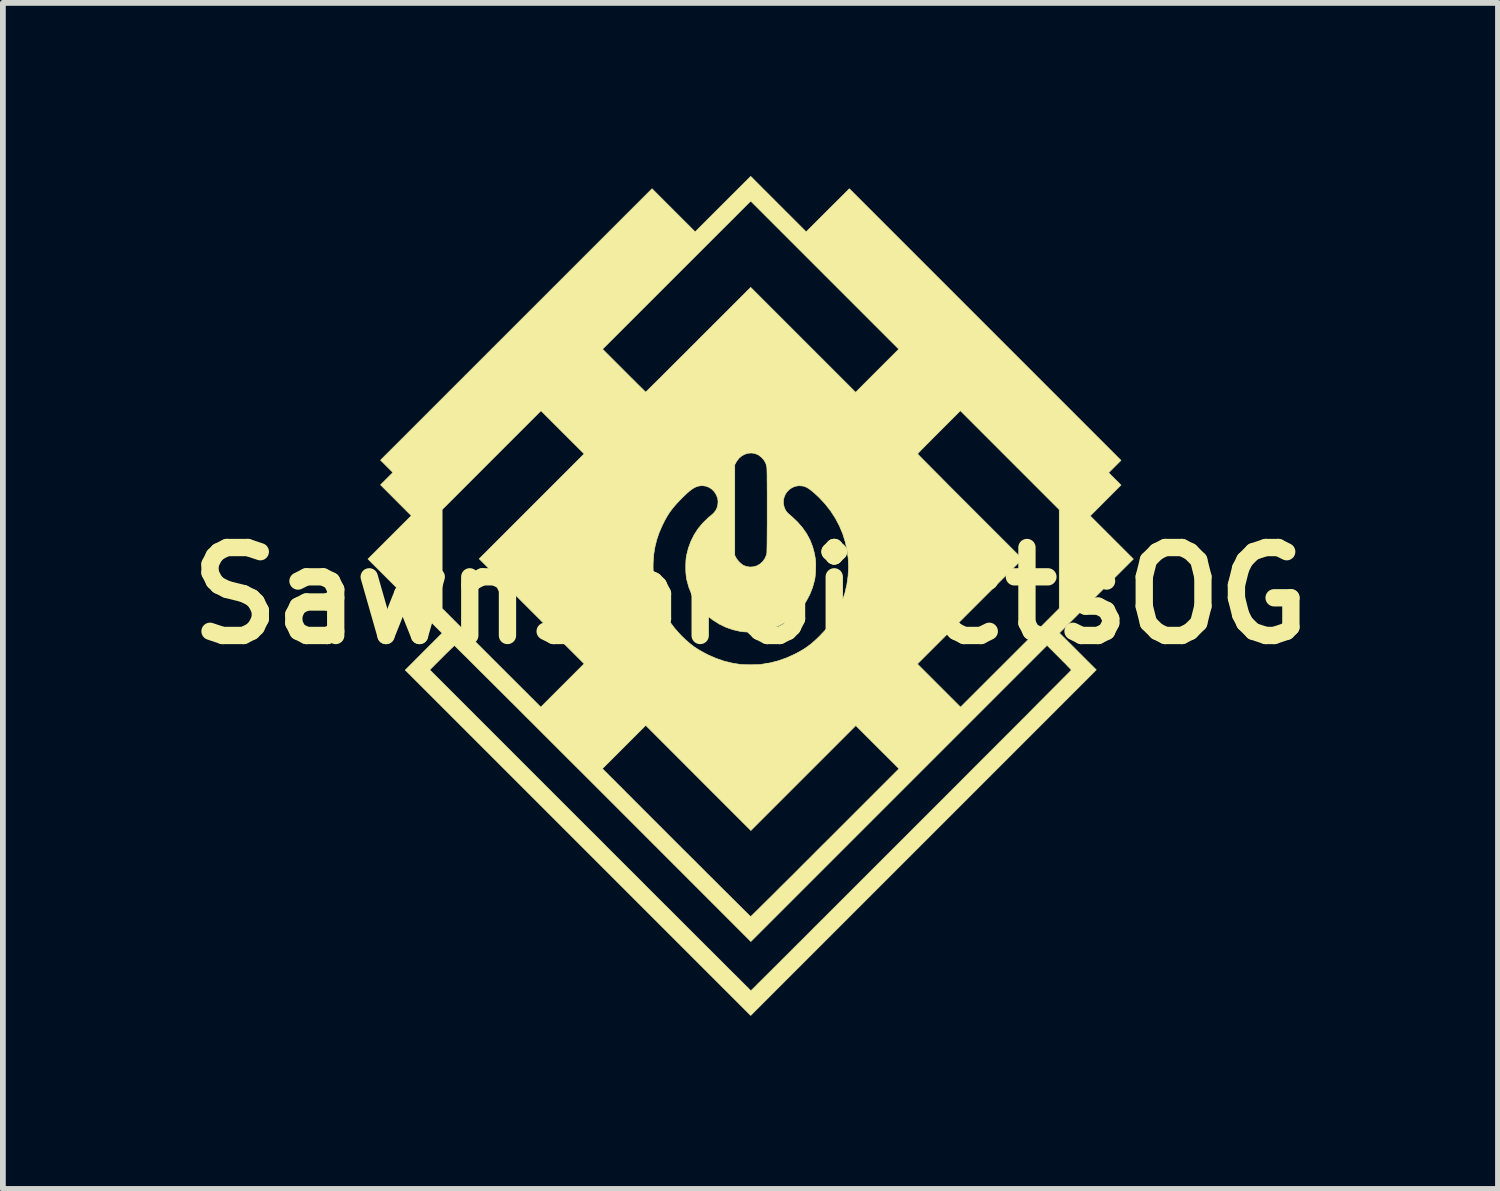
<source format=kicad_pcb>
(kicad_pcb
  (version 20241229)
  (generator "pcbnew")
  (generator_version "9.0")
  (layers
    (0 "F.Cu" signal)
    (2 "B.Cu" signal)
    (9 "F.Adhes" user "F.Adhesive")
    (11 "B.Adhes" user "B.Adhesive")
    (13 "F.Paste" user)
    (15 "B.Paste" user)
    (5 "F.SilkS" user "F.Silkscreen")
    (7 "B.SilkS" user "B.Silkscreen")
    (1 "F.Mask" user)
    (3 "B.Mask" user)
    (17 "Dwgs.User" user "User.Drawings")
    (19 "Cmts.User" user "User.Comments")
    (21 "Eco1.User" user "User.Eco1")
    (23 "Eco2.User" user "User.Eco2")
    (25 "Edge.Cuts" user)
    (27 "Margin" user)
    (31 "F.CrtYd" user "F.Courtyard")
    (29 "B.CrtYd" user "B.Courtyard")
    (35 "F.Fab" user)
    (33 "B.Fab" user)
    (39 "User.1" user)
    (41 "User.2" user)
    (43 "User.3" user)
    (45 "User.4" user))
  (footprint "SawnsprojectsOG"
    (layer "F.Cu")
    (at 9.95 7.269)
    (property "Reference" "SawnsprojectsOG" (at 0 0 0) (layer "F.SilkS") (effects (font (size 1.524 1.524) (thickness 0.3))))
    (attr through_hole)
    (fp_poly (pts (xy 0.484 -6.784) (xy 0.965 -6.303) (xy 1.339 -6.677) (xy 1.713 -7.05) (xy 6.419 -2.344) (xy 6.312 -2.237) (xy 6.205 -2.13) (xy 6.312 -2.023) (xy 6.419 -1.916) (xy 6.152 -1.649) (xy 5.886 -1.382) (xy 6.259 -1.009) (xy 6.633 -0.635) (xy 5.993 0.005) (xy 5.352 0.646) (xy 5.991 1.285) (xy 0.004 7.272) (xy -2.988 4.28) (xy -5.98 1.288) (xy -5.976 1.285) (xy -5.555 1.285) (xy -2.776 4.064) (xy -2.607 4.232) (xy -2.442 4.398) (xy -2.279 4.561) (xy -2.119 4.721) (xy -1.962 4.877) (xy -1.81 5.03) (xy -1.661 5.179) (xy -1.517 5.323) (xy -1.377 5.462) (xy -1.242 5.597) (xy -1.113 5.726) (xy -0.989 5.85) (xy -0.871 5.968) (xy -0.759 6.08) (xy -0.653 6.185) (xy -0.554 6.284) (xy -0.462 6.376) (xy -0.378 6.461) (xy -0.301 6.537) (xy -0.231 6.606) (xy -0.17 6.667) (xy -0.118 6.719) (xy -0.074 6.763) (xy -0.039 6.797) (xy -0.014 6.823) (xy 0.002 6.838) (xy 0.007 6.843) (xy 0.007 6.843) (xy 0.013 6.838) (xy 0.028 6.823) (xy 0.053 6.799) (xy 0.087 6.765) (xy 0.13 6.721) (xy 0.183 6.669) (xy 0.243 6.609) (xy 0.312 6.54) (xy 0.389 6.464) (xy 0.473 6.38) (xy 0.565 6.288) (xy 0.664 6.19) (xy 0.769 6.084) (xy 0.881 5.973) (xy 0.999 5.855) (xy 1.122 5.731) (xy 1.252 5.602) (xy 1.386 5.468) (xy 1.525 5.329) (xy 1.669 5.185) (xy 1.818 5.036) (xy 1.97 4.884) (xy 2.126 4.728) (xy 2.286 4.568) (xy 2.449 4.405) (xy 2.615 4.24) (xy 2.783 4.072) (xy 2.785 4.069) (xy 2.953 3.901) (xy 3.119 3.735) (xy 3.282 3.573) (xy 3.441 3.413) (xy 3.598 3.257) (xy 3.75 3.104) (xy 3.898 2.955) (xy 4.042 2.811) (xy 4.182 2.672) (xy 4.316 2.537) (xy 4.445 2.408) (xy 4.569 2.284) (xy 4.687 2.166) (xy 4.799 2.054) (xy 4.904 1.948) (xy 5.002 1.849) (xy 5.094 1.757) (xy 5.178 1.672) (xy 5.255 1.595) (xy 5.324 1.526) (xy 5.384 1.465) (xy 5.436 1.413) (xy 5.48 1.369) (xy 5.514 1.335) (xy 5.539 1.309) (xy 5.554 1.294) (xy 5.559 1.288) (xy 5.559 1.288) (xy 5.554 1.282) (xy 5.54 1.266) (xy 5.517 1.242) (xy 5.488 1.212) (xy 5.453 1.175) (xy 5.412 1.135) (xy 5.368 1.09) (xy 5.348 1.07) (xy 5.138 0.86) (xy 2.573 3.425) (xy 0.007 5.991) (xy -2.556 3.427) (xy -2.718 3.265) (xy -2.877 3.106) (xy -2.986 2.997) (xy -2.565 2.997) (xy -1.285 4.278) (xy -1.171 4.392) (xy -1.059 4.503) (xy -0.951 4.611) (xy -0.846 4.716) (xy -0.746 4.816) (xy -0.649 4.912) (xy -0.558 5.003) (xy -0.472 5.089) (xy -0.391 5.169) (xy -0.317 5.243) (xy -0.249 5.31) (xy -0.189 5.37) (xy -0.136 5.423) (xy -0.09 5.468) (xy -0.053 5.504) (xy -0.025 5.532) (xy -0.006 5.55) (xy 0.003 5.558) (xy 0.004 5.559) (xy 0.009 5.554) (xy 0.025 5.539) (xy 0.05 5.515) (xy 0.084 5.481) (xy 0.126 5.44) (xy 0.176 5.39) (xy 0.234 5.332) (xy 0.3 5.267) (xy 0.372 5.196) (xy 0.45 5.118) (xy 0.534 5.034) (xy 0.624 4.945) (xy 0.719 4.851) (xy 0.818 4.752) (xy 0.921 4.648) (xy 1.028 4.542) (xy 1.138 4.431) (xy 1.251 4.318) (xy 1.292 4.278) (xy 2.573 2.997) (xy 1.825 2.25) (xy 0.916 3.159) (xy 0.007 4.068) (xy -0.904 3.157) (xy -1.814 2.246) (xy -2.565 2.997) (xy -2.986 2.997) (xy -3.034 2.95) (xy -3.187 2.797) (xy -3.336 2.648) (xy -3.482 2.502) (xy -3.624 2.36) (xy -3.761 2.223) (xy -3.894 2.091) (xy -4.021 1.963) (xy -4.144 1.841) (xy -4.26 1.725) (xy -4.371 1.615) (xy -4.475 1.511) (xy -4.573 1.413) (xy -4.664 1.323) (xy -4.748 1.239) (xy -4.824 1.163) (xy -4.892 1.095) (xy -4.953 1.035) (xy -5.005 0.984) (xy -5.048 0.941) (xy -5.082 0.907) (xy -5.107 0.883) (xy -5.122 0.868) (xy -5.127 0.864) (xy -5.134 0.869) (xy -5.149 0.883) (xy -5.173 0.905) (xy -5.204 0.935) (xy -5.24 0.97) (xy -5.281 1.01) (xy -5.325 1.054) (xy -5.345 1.074) (xy -5.555 1.285) (xy -5.976 1.285) (xy -5.661 0.969) (xy -5.341 0.649) (xy -5.984 0.007) (xy -6.626 -0.635) (xy -6.25 -1.011) (xy -5.875 -1.386) (xy -5.98 -1.491) (xy -5.341 -1.491) (xy -5.341 0.221) (xy -4.487 1.076) (xy -3.632 1.93) (xy -2.881 1.179) (xy -3.79 0.27) (xy -4.557 -0.497) (xy -1.687 -0.497) (xy -1.682 -0.361) (xy -1.669 -0.233) (xy -1.646 -0.111) (xy -1.613 0.008) (xy -1.568 0.129) (xy -1.542 0.191) (xy -1.476 0.322) (xy -1.403 0.444) (xy -1.318 0.558) (xy -1.222 0.667) (xy -1.205 0.685) (xy -1.128 0.76) (xy -1.054 0.825) (xy -0.979 0.883) (xy -0.899 0.935) (xy -0.811 0.985) (xy -0.737 1.024) (xy -0.599 1.084) (xy -0.458 1.133) (xy -0.316 1.168) (xy -0.185 1.189) (xy -0.143 1.192) (xy -0.09 1.195) (xy -0.032 1.196) (xy 0.029 1.196) (xy 0.088 1.195) (xy 0.14 1.193) (xy 0.18 1.19) (xy 0.224 1.183) (xy 2.892 1.183) (xy 3.266 1.557) (xy 3.639 1.93) (xy 4.494 1.076) (xy 5.349 0.221) (xy 5.349 -1.491) (xy 4.492 -2.348) (xy 3.636 -3.204) (xy 3.266 -2.834) (xy 3.205 -2.773) (xy 3.147 -2.715) (xy 3.094 -2.661) (xy 3.045 -2.612) (xy 3.001 -2.567) (xy 2.964 -2.53) (xy 2.934 -2.499) (xy 2.912 -2.476) (xy 2.899 -2.461) (xy 2.896 -2.457) (xy 2.901 -2.451) (xy 2.915 -2.435) (xy 2.939 -2.41) (xy 2.972 -2.377) (xy 3.013 -2.335) (xy 3.062 -2.286) (xy 3.118 -2.23) (xy 3.18 -2.167) (xy 3.249 -2.098) (xy 3.323 -2.023) (xy 3.402 -1.943) (xy 3.486 -1.859) (xy 3.574 -1.771) (xy 3.666 -1.679) (xy 3.76 -1.585) (xy 3.803 -1.542) (xy 4.71 -0.635) (xy 3.801 0.274) (xy 2.892 1.183) (xy 0.224 1.183) (xy 0.332 1.166) (xy 0.481 1.128) (xy 0.628 1.076) (xy 0.755 1.019) (xy 0.841 0.974) (xy 0.917 0.93) (xy 0.986 0.884) (xy 1.052 0.834) (xy 1.117 0.777) (xy 1.186 0.712) (xy 1.216 0.681) (xy 1.282 0.611) (xy 1.339 0.545) (xy 1.389 0.479) (xy 1.435 0.409) (xy 1.479 0.332) (xy 1.524 0.245) (xy 1.525 0.243) (xy 1.587 0.1) (xy 1.636 -0.045) (xy 1.67 -0.193) (xy 1.691 -0.341) (xy 1.699 -0.49) (xy 1.694 -0.638) (xy 1.675 -0.784) (xy 1.643 -0.929) (xy 1.599 -1.07) (xy 1.542 -1.207) (xy 1.472 -1.34) (xy 1.39 -1.467) (xy 1.296 -1.587) (xy 1.19 -1.701) (xy 1.143 -1.745) (xy 1.093 -1.79) (xy 1.05 -1.825) (xy 1.014 -1.852) (xy 0.982 -1.872) (xy 0.952 -1.886) (xy 0.923 -1.896) (xy 0.895 -1.901) (xy 0.834 -1.905) (xy 0.777 -1.895) (xy 0.724 -1.874) (xy 0.678 -1.844) (xy 0.638 -1.805) (xy 0.606 -1.759) (xy 0.584 -1.708) (xy 0.572 -1.654) (xy 0.571 -1.597) (xy 0.583 -1.539) (xy 0.599 -1.499) (xy 0.61 -1.478) (xy 0.621 -1.46) (xy 0.635 -1.443) (xy 0.654 -1.424) (xy 0.68 -1.401) (xy 0.715 -1.371) (xy 0.715 -1.371) (xy 0.814 -1.278) (xy 0.899 -1.18) (xy 0.972 -1.076) (xy 1.031 -0.966) (xy 1.077 -0.849) (xy 1.11 -0.726) (xy 1.125 -0.635) (xy 1.13 -0.587) (xy 1.131 -0.529) (xy 1.13 -0.466) (xy 1.127 -0.402) (xy 1.122 -0.342) (xy 1.115 -0.29) (xy 1.111 -0.27) (xy 1.076 -0.143) (xy 1.029 -0.024) (xy 0.97 0.088) (xy 0.9 0.191) (xy 0.819 0.285) (xy 0.729 0.369) (xy 0.629 0.444) (xy 0.52 0.507) (xy 0.403 0.559) (xy 0.278 0.599) (xy 0.247 0.607) (xy 0.182 0.619) (xy 0.108 0.627) (xy 0.029 0.631) (xy -0.05 0.63) (xy -0.125 0.625) (xy -0.178 0.618) (xy -0.304 0.589) (xy -0.425 0.547) (xy -0.541 0.491) (xy -0.65 0.422) (xy -0.73 0.361) (xy -0.816 0.279) (xy -0.894 0.187) (xy -0.962 0.085) (xy -1.019 -0.025) (xy -1.066 -0.142) (xy -1.1 -0.264) (xy -1.108 -0.301) (xy -1.114 -0.346) (xy -1.119 -0.402) (xy -1.121 -0.463) (xy -1.121 -0.527) (xy -1.119 -0.589) (xy -1.115 -0.645) (xy -1.108 -0.691) (xy -1.108 -0.693) (xy -1.076 -0.822) (xy -1.031 -0.943) (xy -0.975 -1.056) (xy -0.906 -1.162) (xy -0.825 -1.259) (xy -0.732 -1.349) (xy -0.701 -1.375) (xy -0.657 -1.412) (xy -0.624 -1.446) (xy -0.6 -1.479) (xy -0.583 -1.513) (xy -0.57 -1.552) (xy -0.566 -1.573) (xy -0.561 -1.63) (xy -0.568 -1.686) (xy -0.59 -1.743) (xy -0.592 -1.748) (xy -0.626 -1.802) (xy -0.67 -1.846) (xy -0.72 -1.878) (xy -0.776 -1.898) (xy -0.835 -1.906) (xy -0.887 -1.901) (xy -0.92 -1.893) (xy -0.951 -1.881) (xy -0.984 -1.864) (xy -1.019 -1.841) (xy -1.058 -1.811) (xy -1.102 -1.772) (xy -1.152 -1.725) (xy -1.21 -1.667) (xy -1.216 -1.661) (xy -1.284 -1.589) (xy -1.343 -1.52) (xy -1.394 -1.453) (xy -1.44 -1.382) (xy -1.484 -1.304) (xy -1.527 -1.218) (xy -1.581 -1.094) (xy -1.623 -0.971) (xy -1.654 -0.846) (xy -1.675 -0.718) (xy -1.685 -0.582) (xy -1.687 -0.497) (xy -4.557 -0.497) (xy -4.699 -0.639) (xy -3.79 -1.548) (xy -3.07 -2.268) (xy -0.272 -2.268) (xy -0.272 -0.7) (xy -0.251 -0.659) (xy -0.228 -0.623) (xy -0.197 -0.587) (xy -0.162 -0.554) (xy -0.127 -0.528) (xy -0.117 -0.523) (xy -0.064 -0.504) (xy -0.006 -0.496) (xy 0.053 -0.501) (xy 0.11 -0.517) (xy 0.12 -0.522) (xy 0.172 -0.553) (xy 0.216 -0.596) (xy 0.251 -0.645) (xy 0.275 -0.701) (xy 0.283 -0.733) (xy 0.284 -0.748) (xy 0.285 -0.776) (xy 0.286 -0.816) (xy 0.287 -0.867) (xy 0.288 -0.927) (xy 0.288 -0.996) (xy 0.289 -1.071) (xy 0.289 -1.153) (xy 0.29 -1.239) (xy 0.29 -1.328) (xy 0.29 -1.419) (xy 0.29 -1.512) (xy 0.29 -1.603) (xy 0.29 -1.693) (xy 0.29 -1.781) (xy 0.289 -1.864) (xy 0.289 -1.941) (xy 0.288 -2.012) (xy 0.288 -2.076) (xy 0.287 -2.13) (xy 0.286 -2.173) (xy 0.285 -2.205) (xy 0.284 -2.224) (xy 0.283 -2.227) (xy 0.268 -2.286) (xy 0.24 -2.341) (xy 0.2 -2.389) (xy 0.152 -2.428) (xy 0.133 -2.44) (xy 0.077 -2.463) (xy 0.019 -2.472) (xy -0.038 -2.468) (xy -0.094 -2.452) (xy -0.147 -2.424) (xy -0.194 -2.386) (xy -0.233 -2.337) (xy -0.247 -2.314) (xy -0.272 -2.268) (xy -3.07 -2.268) (xy -2.881 -2.457) (xy -3.255 -2.83) (xy -3.629 -3.204) (xy -4.485 -2.348) (xy -5.341 -1.491) (xy -5.98 -1.491) (xy -6.408 -1.92) (xy -6.301 -2.027) (xy -6.194 -2.134) (xy -6.301 -2.241) (xy -6.408 -2.348) (xy -4.485 -4.271) (xy -2.562 -4.271) (xy -2.19 -3.899) (xy -2.129 -3.838) (xy -2.071 -3.78) (xy -2.017 -3.727) (xy -1.968 -3.677) (xy -1.924 -3.634) (xy -1.886 -3.597) (xy -1.855 -3.567) (xy -1.833 -3.544) (xy -1.819 -3.531) (xy -1.814 -3.527) (xy -1.809 -3.532) (xy -1.794 -3.547) (xy -1.769 -3.571) (xy -1.736 -3.604) (xy -1.695 -3.645) (xy -1.646 -3.693) (xy -1.59 -3.749) (xy -1.527 -3.811) (xy -1.458 -3.88) (xy -1.384 -3.954) (xy -1.305 -4.033) (xy -1.221 -4.117) (xy -1.132 -4.205) (xy -1.041 -4.297) (xy -0.946 -4.391) (xy -0.904 -4.434) (xy 0.004 -5.341) (xy 1.822 -3.523) (xy 2.195 -3.897) (xy 2.569 -4.271) (xy 1.286 -5.554) (xy 0.004 -6.836) (xy -1.279 -5.554) (xy -2.562 -4.271) (xy -4.485 -4.271) (xy -4.057 -4.699) (xy -1.705 -7.05) (xy -0.958 -6.303) (xy -0.477 -6.784) (xy 0.004 -7.264) (xy 0.484 -6.784)) (stroke (width 0.01) (type solid)) (fill yes) (layer "F.SilkS")))
  (gr_rect
    (start -3 -3)
    (end 22.899 17.546)
    (stroke (width 0.1) (type default))
    (fill no)
    (layer "Edge.Cuts")))
</source>
